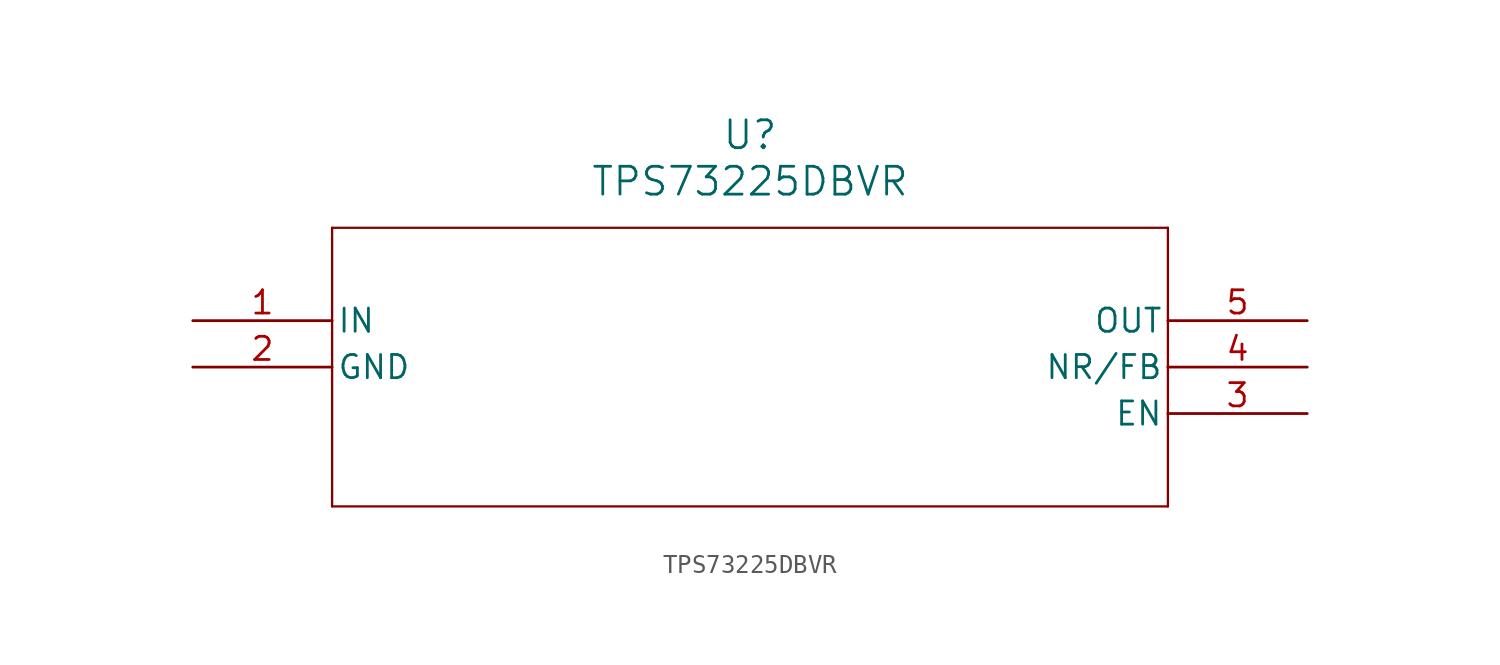
<source format=kicad_sym>
(kicad_symbol_lib
  (version 20211014)
  (generator kicad_symbol_editor)
  (symbol "TPS73225DBVR"
    (pin_names
      (offset 0.254))
    (property "Reference" "U"
      (at 30.48 10.16 0)
      (effects (font (size 1.524 1.524))))
    (property "Value" "TPS73225DBVR"
      (at 30.48 7.62 0)
      (effects (font (size 1.524 1.524))))
    (symbol "TPS73225DBVR_0_1"
      (polyline (pts (xy 7.62 5.08) (xy 7.62 -10.16)) (stroke (width 0.127) (type default) (color 0 0 0 0)) (fill (type none)))
      (polyline (pts (xy 7.62 -10.16) (xy 53.34 -10.16)) (stroke (width 0.127) (type default) (color 0 0 0 0)) (fill (type none)))
      (polyline (pts (xy 53.34 -10.16) (xy 53.34 5.08)) (stroke (width 0.127) (type default) (color 0 0 0 0)) (fill (type none)))
      (polyline (pts (xy 53.34 5.08) (xy 7.62 5.08)) (stroke (width 0.127) (type default) (color 0 0 0 0)) (fill (type none)))
      (pin input line (at 0 0 0) (length 7.62) (name "IN" (effects (font (size 1.27 1.27)))) (number "1" (effects (font (size 1.27 1.27)))))
      (pin power_in line (at 0 -2.54 0) (length 7.62) (name "GND" (effects (font (size 1.27 1.27)))) (number "2" (effects (font (size 1.27 1.27)))))
      (pin unspecified line (at 60.96 -5.08 180) (length 7.62) (name "EN" (effects (font (size 1.27 1.27)))) (number "3" (effects (font (size 1.27 1.27)))))
      (pin bidirectional line (at 60.96 -2.54 180) (length 7.62) (name "NR/FB" (effects (font (size 1.27 1.27)))) (number "4" (effects (font (size 1.27 1.27)))))
      (pin output line (at 60.96 0 180) (length 7.62) (name "OUT" (effects (font (size 1.27 1.27)))) (number "5" (effects (font (size 1.27 1.27))))))))
</source>
